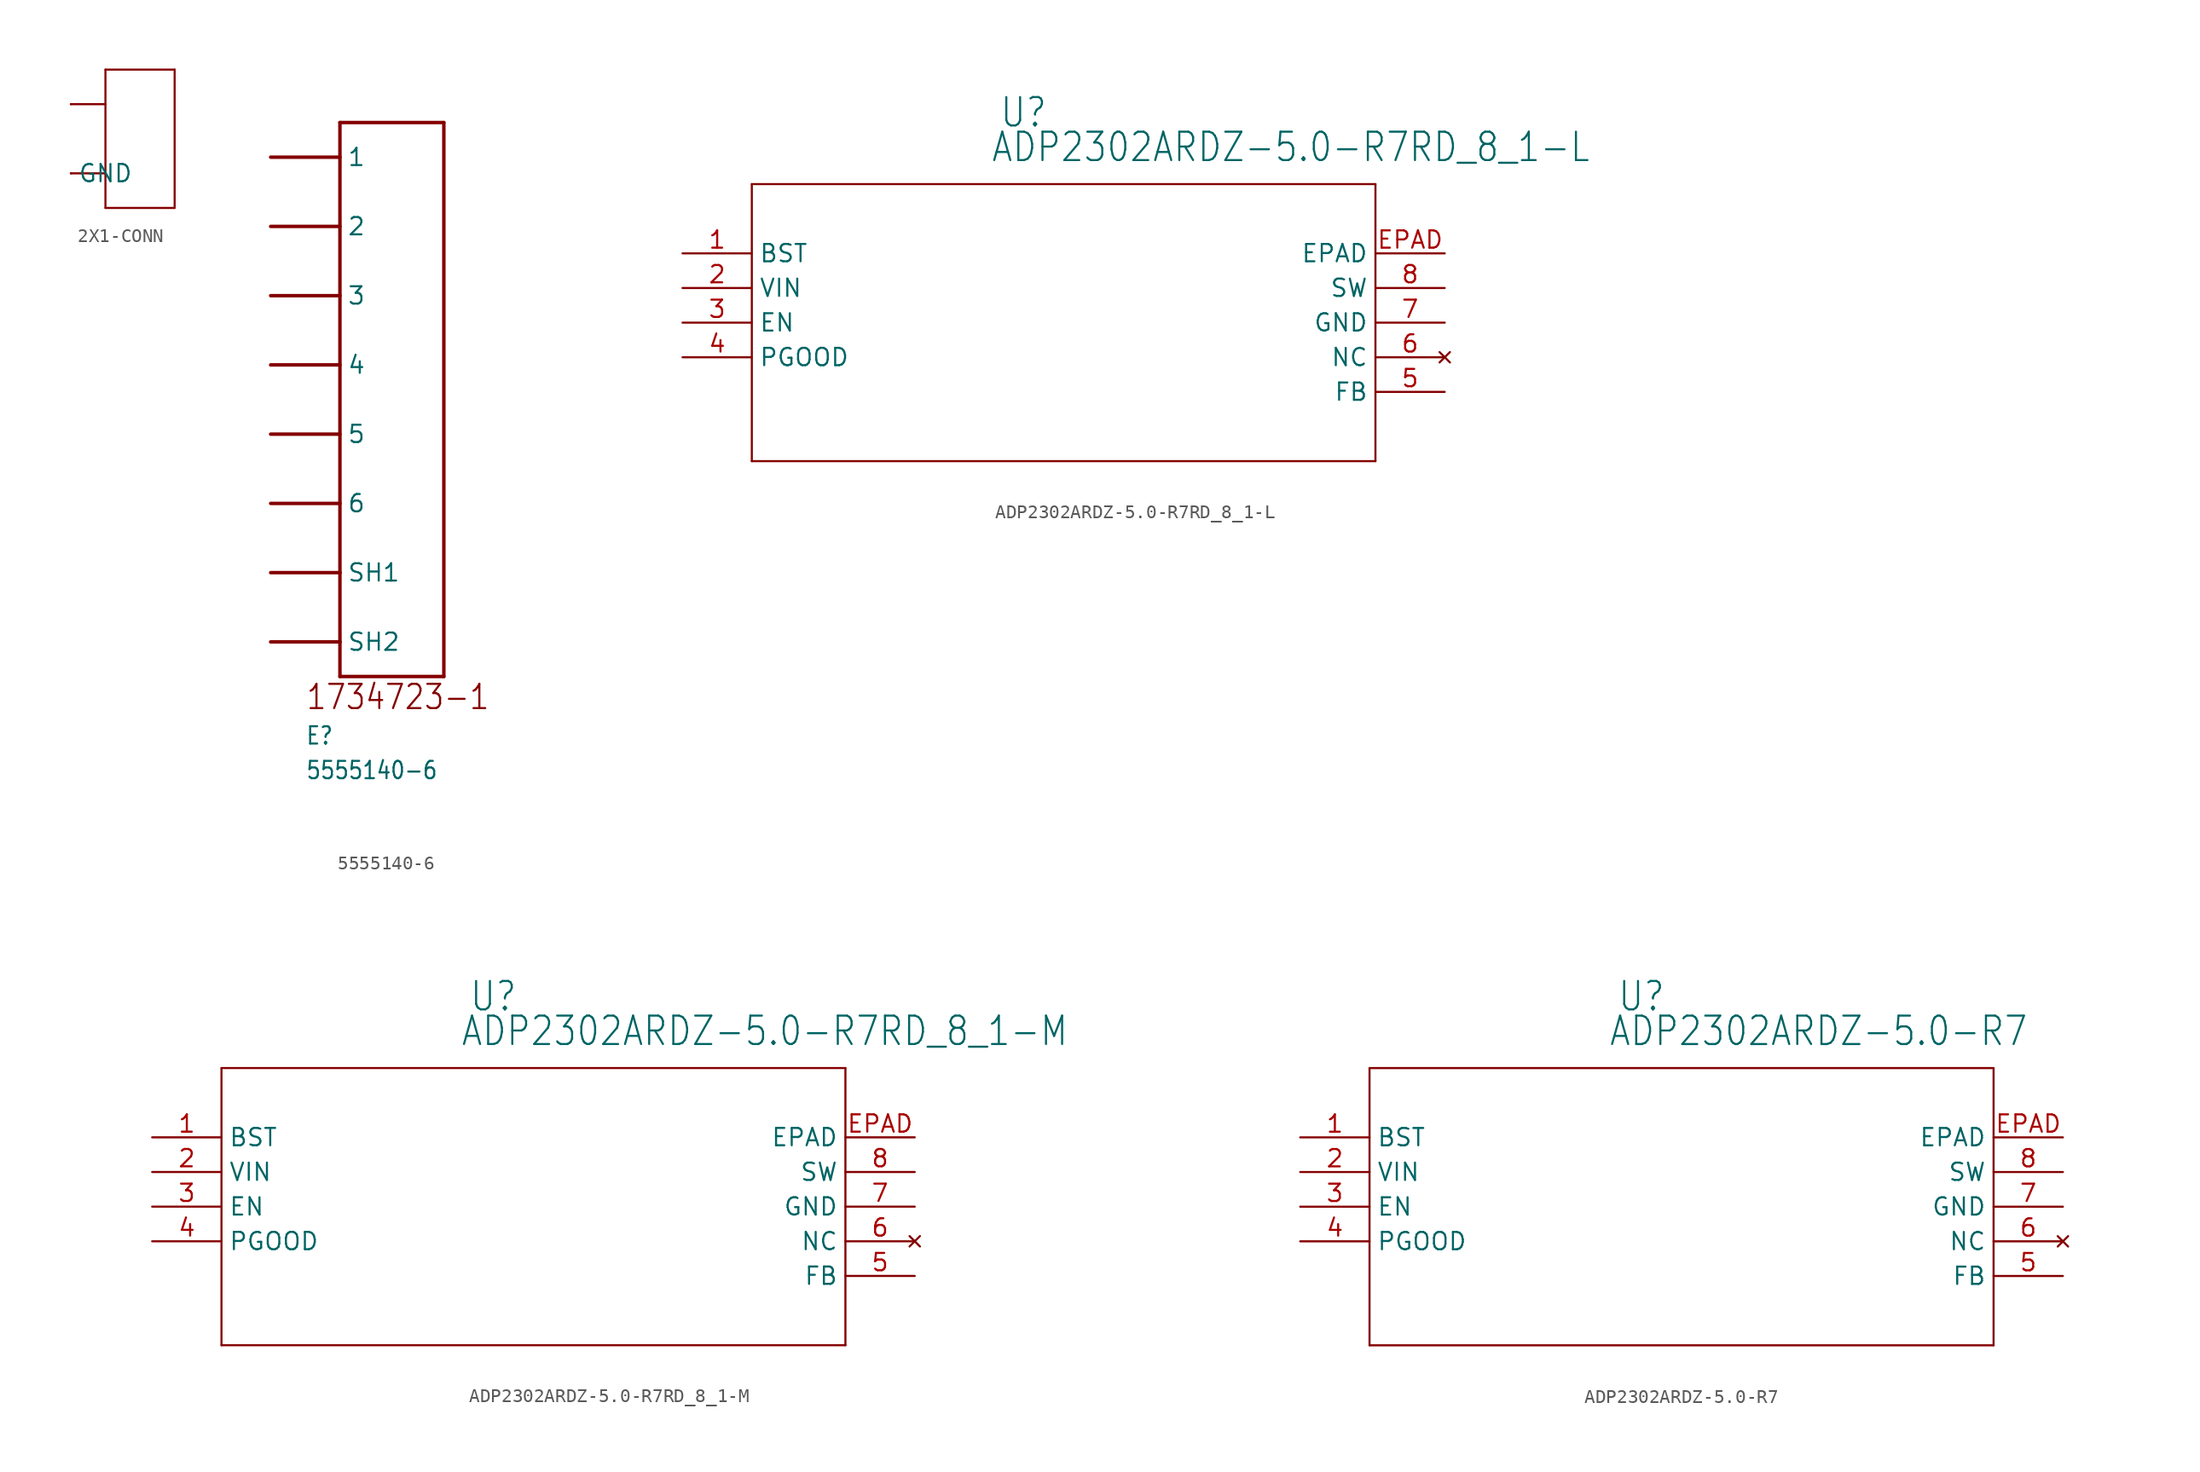
<source format=kicad_sym>
(kicad_symbol_lib
  (version 20211014)
  (generator kicad_symbol_editor)
  (symbol "2X1-CONN"
    (property "Reference" ""
      (at 0 0 0)
      (effects (font (size 1.27 1.27)) hide))
    (property "ki_locked" ""
      (at 0 0 0)
      (effects (font (size 1.27 1.27))))
    (symbol "2X1-CONN_1_0"
      (polyline (pts (xy -5.08 -2.54) (xy -2.54 -2.54)) (stroke (width 0.152) (type default) (color 0 0 0 0)) (fill (type none)))
      (polyline (pts (xy -2.54 -5.08) (xy 2.54 -5.08)) (stroke (width 0.152) (type default) (color 0 0 0 0)) (fill (type none)))
      (polyline (pts (xy -2.54 -2.54) (xy -2.54 -5.08)) (stroke (width 0.152) (type default) (color 0 0 0 0)) (fill (type none)))
      (polyline (pts (xy -2.54 2.54) (xy -5.08 2.54)) (stroke (width 0.152) (type default) (color 0 0 0 0)) (fill (type none)))
      (polyline (pts (xy -2.54 2.54) (xy -2.54 -2.54)) (stroke (width 0.152) (type default) (color 0 0 0 0)) (fill (type none)))
      (polyline (pts (xy -2.54 5.08) (xy -2.54 2.54)) (stroke (width 0.152) (type default) (color 0 0 0 0)) (fill (type none)))
      (polyline (pts (xy 2.54 -5.08) (xy 2.54 5.08)) (stroke (width 0.152) (type default) (color 0 0 0 0)) (fill (type none)))
      (polyline (pts (xy 2.54 5.08) (xy -2.54 5.08)) (stroke (width 0.152) (type default) (color 0 0 0 0)) (fill (type none)))
      (pin bidirectional line (at -5.08 2.54 0) (length 0) (name "P$1" (effects (font (size 0 0)))) (number "CIRCUIT1" (effects (font (size 0 0)))))
      (pin bidirectional line (at -5.08 -2.54 0) (length 0) (name "GND" (effects (font (size 1.27 1.27)))) (number "GND" (effects (font (size 0 0)))))))
  (symbol "5555140-6"
    (property "Reference" "E"
      (at -5.08 -30.48 0)
      (effects (font (size 1.27 1.079)) (justify left bottom)))
    (property "Value" "5555140-6"
      (at -5.08 -33.02 0)
      (effects (font (size 1.27 1.079)) (justify left bottom)))
    (property "ki_locked" ""
      (at 0 0 0)
      (effects (font (size 1.27 1.27))))
    (symbol "5555140-6_1_0"
      (polyline (pts (xy -2.54 -25.4) (xy 5.08 -25.4)) (stroke (width 0.254) (type default) (color 0 0 0 0)) (fill (type none)))
      (polyline (pts (xy -2.54 -22.86) (xy -7.62 -22.86)) (stroke (width 0.254) (type default) (color 0 0 0 0)) (fill (type none)))
      (polyline (pts (xy -2.54 -22.86) (xy -2.54 -25.4)) (stroke (width 0.254) (type default) (color 0 0 0 0)) (fill (type none)))
      (polyline (pts (xy -2.54 -17.78) (xy -7.62 -17.78)) (stroke (width 0.254) (type default) (color 0 0 0 0)) (fill (type none)))
      (polyline (pts (xy -2.54 -17.78) (xy -2.54 -22.86)) (stroke (width 0.254) (type default) (color 0 0 0 0)) (fill (type none)))
      (polyline (pts (xy -2.54 -12.7) (xy -7.62 -12.7)) (stroke (width 0.254) (type default) (color 0 0 0 0)) (fill (type none)))
      (polyline (pts (xy -2.54 -7.62) (xy -7.62 -7.62)) (stroke (width 0.254) (type default) (color 0 0 0 0)) (fill (type none)))
      (polyline (pts (xy -2.54 -2.54) (xy -7.62 -2.54)) (stroke (width 0.254) (type default) (color 0 0 0 0)) (fill (type none)))
      (polyline (pts (xy -2.54 2.54) (xy -7.62 2.54)) (stroke (width 0.254) (type default) (color 0 0 0 0)) (fill (type none)))
      (polyline (pts (xy -2.54 7.62) (xy -7.62 7.62)) (stroke (width 0.254) (type default) (color 0 0 0 0)) (fill (type none)))
      (polyline (pts (xy -2.54 12.7) (xy -7.62 12.7)) (stroke (width 0.254) (type default) (color 0 0 0 0)) (fill (type none)))
      (polyline (pts (xy -2.54 15.24) (xy -2.54 -17.78)) (stroke (width 0.254) (type default) (color 0 0 0 0)) (fill (type none)))
      (polyline (pts (xy 5.08 -25.4) (xy 5.08 15.24)) (stroke (width 0.254) (type default) (color 0 0 0 0)) (fill (type none)))
      (polyline (pts (xy 5.08 15.24) (xy -2.54 15.24)) (stroke (width 0.254) (type default) (color 0 0 0 0)) (fill (type none)))
      (text "1734723-1 " (at -5.08 -27.94 0) (effects (font (size 1.778 1.511)) (justify left bottom)))
      (pin bidirectional line (at -7.62 12.7 0) (length 5.08) (name "1" (effects (font (size 1.27 1.27)))) (number "1" (effects (font (size 0 0)))))
      (pin bidirectional line (at -7.62 7.62 0) (length 5.08) (name "2" (effects (font (size 1.27 1.27)))) (number "2" (effects (font (size 0 0)))))
      (pin bidirectional line (at -7.62 2.54 0) (length 5.08) (name "3" (effects (font (size 1.27 1.27)))) (number "3" (effects (font (size 0 0)))))
      (pin bidirectional line (at -7.62 -2.54 0) (length 5.08) (name "4" (effects (font (size 1.27 1.27)))) (number "4" (effects (font (size 0 0)))))
      (pin bidirectional line (at -7.62 -7.62 0) (length 5.08) (name "5" (effects (font (size 1.27 1.27)))) (number "5" (effects (font (size 0 0)))))
      (pin bidirectional line (at -7.62 -12.7 0) (length 5.08) (name "6" (effects (font (size 1.27 1.27)))) (number "6" (effects (font (size 0 0)))))
      (pin bidirectional line (at -7.62 -17.78 0) (length 5.08) (name "SH1" (effects (font (size 1.27 1.27)))) (number "SH1" (effects (font (size 0 0)))))
      (pin bidirectional line (at -7.62 -22.86 0) (length 5.08) (name "SH2" (effects (font (size 1.27 1.27)))) (number "SH2" (effects (font (size 0 0)))))))
  (symbol "ADP2302ARDZ-5.0-R7RD_8_1-L"
    (property "Reference" "U"
      (at 25.756 9.119 0)
      (effects (font (size 2.083 1.77)) (justify left bottom)))
    (property "Value" "ADP2302ARDZ-5.0-R7RD_8_1-L"
      (at 25.121 6.579 0)
      (effects (font (size 2.083 1.77)) (justify left bottom)))
    (property "ki_locked" ""
      (at 0 0 0)
      (effects (font (size 1.27 1.27))))
    (symbol "ADP2302ARDZ-5.0-R7RD_8_1-L_1_0"
      (polyline (pts (xy 7.62 -15.24) (xy 53.34 -15.24)) (stroke (width 0.152) (type default) (color 0 0 0 0)) (fill (type none)))
      (polyline (pts (xy 7.62 5.08) (xy 7.62 -15.24)) (stroke (width 0.152) (type default) (color 0 0 0 0)) (fill (type none)))
      (polyline (pts (xy 53.34 -15.24) (xy 53.34 5.08)) (stroke (width 0.152) (type default) (color 0 0 0 0)) (fill (type none)))
      (polyline (pts (xy 53.34 5.08) (xy 7.62 5.08)) (stroke (width 0.152) (type default) (color 0 0 0 0)) (fill (type none)))
      (pin passive line (at 2.54 0 0) (length 5.08) (name "BST" (effects (font (size 1.27 1.27)))) (number "1" (effects (font (size 1.27 1.27)))))
      (pin input line (at 2.54 -2.54 0) (length 5.08) (name "VIN" (effects (font (size 1.27 1.27)))) (number "2" (effects (font (size 1.27 1.27)))))
      (pin output line (at 2.54 -5.08 0) (length 5.08) (name "EN" (effects (font (size 1.27 1.27)))) (number "3" (effects (font (size 1.27 1.27)))))
      (pin output line (at 2.54 -7.62 0) (length 5.08) (name "PGOOD" (effects (font (size 1.27 1.27)))) (number "4" (effects (font (size 1.27 1.27)))))
      (pin input line (at 58.42 -10.16 180) (length 5.08) (name "FB" (effects (font (size 1.27 1.27)))) (number "5" (effects (font (size 1.27 1.27)))))
      (pin no_connect line (at 58.42 -7.62 180) (length 5.08) (name "NC" (effects (font (size 1.27 1.27)))) (number "6" (effects (font (size 1.27 1.27)))))
      (pin power_in line (at 58.42 -5.08 180) (length 5.08) (name "GND" (effects (font (size 1.27 1.27)))) (number "7" (effects (font (size 1.27 1.27)))))
      (pin output line (at 58.42 -2.54 180) (length 5.08) (name "SW" (effects (font (size 1.27 1.27)))) (number "8" (effects (font (size 1.27 1.27)))))
      (pin passive line (at 58.42 0 180) (length 5.08) (name "EPAD" (effects (font (size 1.27 1.27)))) (number "EPAD" (effects (font (size 1.27 1.27)))))))
  (symbol "ADP2302ARDZ-5.0-R7RD_8_1-M"
    (property "Reference" "U"
      (at 25.756 9.119 0)
      (effects (font (size 2.083 1.77)) (justify left bottom)))
    (property "Value" "ADP2302ARDZ-5.0-R7RD_8_1-M"
      (at 25.121 6.579 0)
      (effects (font (size 2.083 1.77)) (justify left bottom)))
    (property "ki_locked" ""
      (at 0 0 0)
      (effects (font (size 1.27 1.27))))
    (symbol "ADP2302ARDZ-5.0-R7RD_8_1-M_1_0"
      (polyline (pts (xy 7.62 -15.24) (xy 53.34 -15.24)) (stroke (width 0.152) (type default) (color 0 0 0 0)) (fill (type none)))
      (polyline (pts (xy 7.62 5.08) (xy 7.62 -15.24)) (stroke (width 0.152) (type default) (color 0 0 0 0)) (fill (type none)))
      (polyline (pts (xy 53.34 -15.24) (xy 53.34 5.08)) (stroke (width 0.152) (type default) (color 0 0 0 0)) (fill (type none)))
      (polyline (pts (xy 53.34 5.08) (xy 7.62 5.08)) (stroke (width 0.152) (type default) (color 0 0 0 0)) (fill (type none)))
      (pin passive line (at 2.54 0 0) (length 5.08) (name "BST" (effects (font (size 1.27 1.27)))) (number "1" (effects (font (size 1.27 1.27)))))
      (pin input line (at 2.54 -2.54 0) (length 5.08) (name "VIN" (effects (font (size 1.27 1.27)))) (number "2" (effects (font (size 1.27 1.27)))))
      (pin output line (at 2.54 -5.08 0) (length 5.08) (name "EN" (effects (font (size 1.27 1.27)))) (number "3" (effects (font (size 1.27 1.27)))))
      (pin output line (at 2.54 -7.62 0) (length 5.08) (name "PGOOD" (effects (font (size 1.27 1.27)))) (number "4" (effects (font (size 1.27 1.27)))))
      (pin input line (at 58.42 -10.16 180) (length 5.08) (name "FB" (effects (font (size 1.27 1.27)))) (number "5" (effects (font (size 1.27 1.27)))))
      (pin no_connect line (at 58.42 -7.62 180) (length 5.08) (name "NC" (effects (font (size 1.27 1.27)))) (number "6" (effects (font (size 1.27 1.27)))))
      (pin power_in line (at 58.42 -5.08 180) (length 5.08) (name "GND" (effects (font (size 1.27 1.27)))) (number "7" (effects (font (size 1.27 1.27)))))
      (pin output line (at 58.42 -2.54 180) (length 5.08) (name "SW" (effects (font (size 1.27 1.27)))) (number "8" (effects (font (size 1.27 1.27)))))
      (pin passive line (at 58.42 0 180) (length 5.08) (name "EPAD" (effects (font (size 1.27 1.27)))) (number "EPAD" (effects (font (size 1.27 1.27)))))))
  (symbol "ADP2302ARDZ-5.0-R7"
    (property "Reference" "U"
      (at 25.756 9.119 0)
      (effects (font (size 2.083 1.77)) (justify left bottom)))
    (property "Value" "ADP2302ARDZ-5.0-R7"
      (at 25.121 6.579 0)
      (effects (font (size 2.083 1.77)) (justify left bottom)))
    (property "ki_locked" ""
      (at 0 0 0)
      (effects (font (size 1.27 1.27))))
    (symbol "ADP2302ARDZ-5.0-R7_1_0"
      (polyline (pts (xy 7.62 -15.24) (xy 53.34 -15.24)) (stroke (width 0.152) (type default) (color 0 0 0 0)) (fill (type none)))
      (polyline (pts (xy 7.62 5.08) (xy 7.62 -15.24)) (stroke (width 0.152) (type default) (color 0 0 0 0)) (fill (type none)))
      (polyline (pts (xy 53.34 -15.24) (xy 53.34 5.08)) (stroke (width 0.152) (type default) (color 0 0 0 0)) (fill (type none)))
      (polyline (pts (xy 53.34 5.08) (xy 7.62 5.08)) (stroke (width 0.152) (type default) (color 0 0 0 0)) (fill (type none)))
      (pin passive line (at 2.54 0 0) (length 5.08) (name "BST" (effects (font (size 1.27 1.27)))) (number "1" (effects (font (size 1.27 1.27)))))
      (pin input line (at 2.54 -2.54 0) (length 5.08) (name "VIN" (effects (font (size 1.27 1.27)))) (number "2" (effects (font (size 1.27 1.27)))))
      (pin output line (at 2.54 -5.08 0) (length 5.08) (name "EN" (effects (font (size 1.27 1.27)))) (number "3" (effects (font (size 1.27 1.27)))))
      (pin output line (at 2.54 -7.62 0) (length 5.08) (name "PGOOD" (effects (font (size 1.27 1.27)))) (number "4" (effects (font (size 1.27 1.27)))))
      (pin input line (at 58.42 -10.16 180) (length 5.08) (name "FB" (effects (font (size 1.27 1.27)))) (number "5" (effects (font (size 1.27 1.27)))))
      (pin no_connect line (at 58.42 -7.62 180) (length 5.08) (name "NC" (effects (font (size 1.27 1.27)))) (number "6" (effects (font (size 1.27 1.27)))))
      (pin power_in line (at 58.42 -5.08 180) (length 5.08) (name "GND" (effects (font (size 1.27 1.27)))) (number "7" (effects (font (size 1.27 1.27)))))
      (pin output line (at 58.42 -2.54 180) (length 5.08) (name "SW" (effects (font (size 1.27 1.27)))) (number "8" (effects (font (size 1.27 1.27)))))
      (pin passive line (at 58.42 0 180) (length 5.08) (name "EPAD" (effects (font (size 1.27 1.27)))) (number "EPAD" (effects (font (size 1.27 1.27))))))))
</source>
